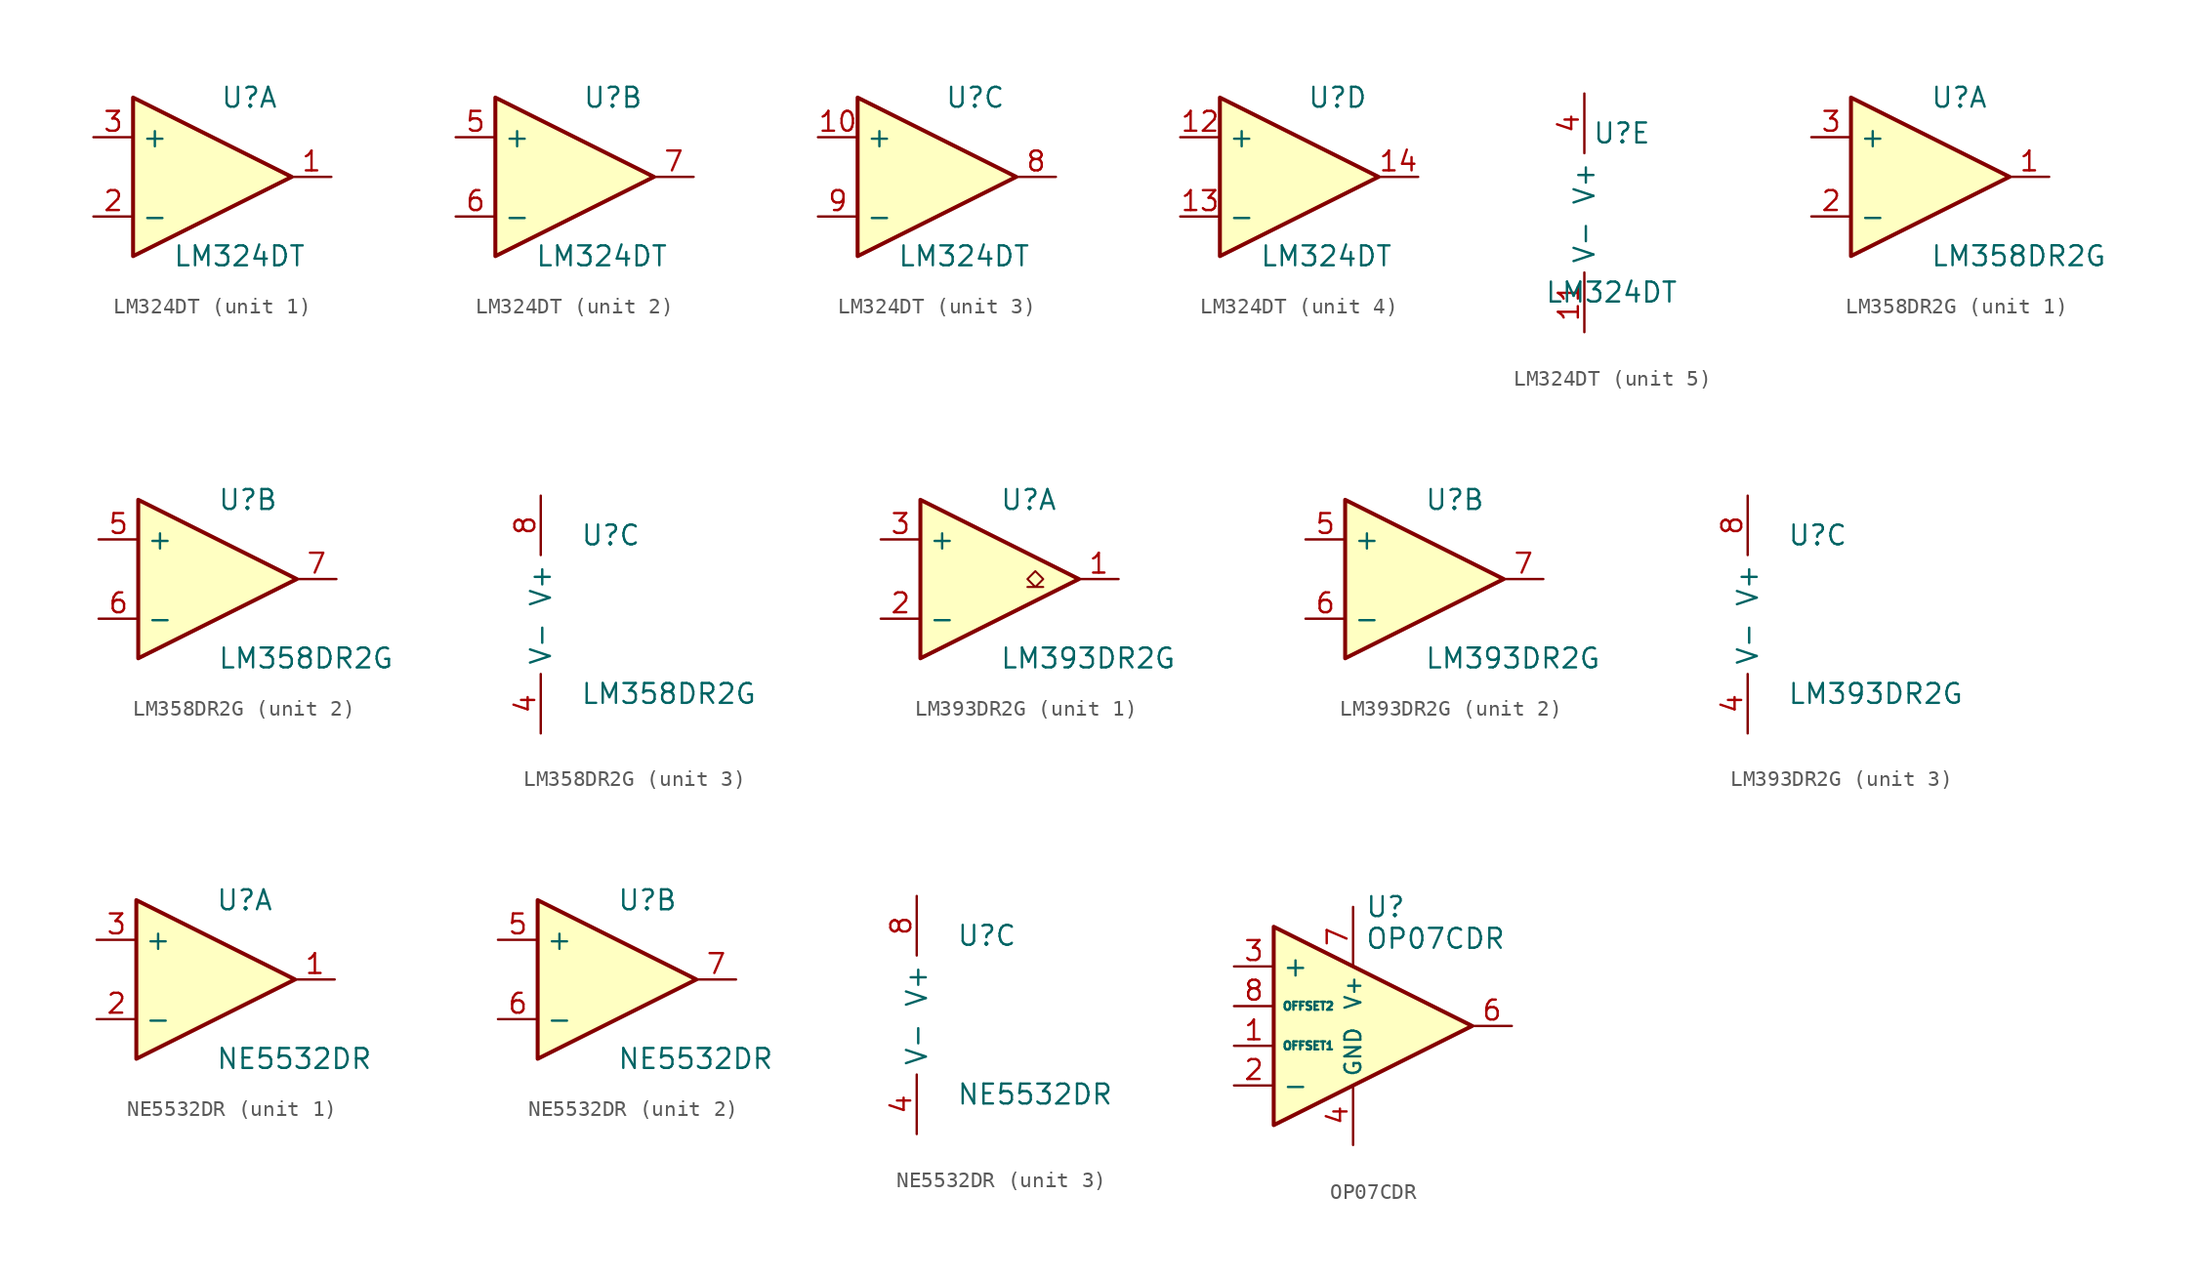
<source format=kicad_sym>
(kicad_symbol_lib
  (version 20231120)
  (generator "kicad_symbol_editor")
  (generator_version "8.0")
  (symbol "LM324DT"
    (property "Reference" "U"
      (at 0.508 5.08 0)
      (effects (font (size 1.27 1.27)) (justify left)))
    (property "Value" "LM324DT"
      (at -2.54 -5.08 0)
      (effects (font (size 1.27 1.27)) (justify left)))
    (property "ki_locked" ""
      (at 0 0 0)
      (effects (font (size 1.27 1.27))))
    (symbol "LM324DT_1_1"
      (polyline (pts (xy -5.08 5.08) (xy 5.08 0) (xy -5.08 -5.08) (xy -5.08 5.08)) (stroke (width 0.254) (type default)) (fill (type background)))
      (pin output line (at 7.62 0 180) (length 2.54) (name "~" (effects (font (size 1.27 1.27)))) (number "1" (effects (font (size 1.27 1.27)))))
      (pin input line (at -7.62 -2.54 0) (length 2.54) (name "-" (effects (font (size 1.27 1.27)))) (number "2" (effects (font (size 1.27 1.27)))))
      (pin input line (at -7.62 2.54 0) (length 2.54) (name "+" (effects (font (size 1.27 1.27)))) (number "3" (effects (font (size 1.27 1.27))))))
    (symbol "LM324DT_2_1"
      (polyline (pts (xy -5.08 5.08) (xy 5.08 0) (xy -5.08 -5.08) (xy -5.08 5.08)) (stroke (width 0.254) (type default)) (fill (type background)))
      (pin input line (at -7.62 2.54 0) (length 2.54) (name "+" (effects (font (size 1.27 1.27)))) (number "5" (effects (font (size 1.27 1.27)))))
      (pin input line (at -7.62 -2.54 0) (length 2.54) (name "-" (effects (font (size 1.27 1.27)))) (number "6" (effects (font (size 1.27 1.27)))))
      (pin output line (at 7.62 0 180) (length 2.54) (name "~" (effects (font (size 1.27 1.27)))) (number "7" (effects (font (size 1.27 1.27))))))
    (symbol "LM324DT_3_1"
      (polyline (pts (xy -5.08 5.08) (xy 5.08 0) (xy -5.08 -5.08) (xy -5.08 5.08)) (stroke (width 0.254) (type default)) (fill (type background)))
      (pin input line (at -7.62 2.54 0) (length 2.54) (name "+" (effects (font (size 1.27 1.27)))) (number "10" (effects (font (size 1.27 1.27)))))
      (pin output line (at 7.62 0 180) (length 2.54) (name "~" (effects (font (size 1.27 1.27)))) (number "8" (effects (font (size 1.27 1.27)))))
      (pin input line (at -7.62 -2.54 0) (length 2.54) (name "-" (effects (font (size 1.27 1.27)))) (number "9" (effects (font (size 1.27 1.27))))))
    (symbol "LM324DT_4_1"
      (polyline (pts (xy -5.08 5.08) (xy 5.08 0) (xy -5.08 -5.08) (xy -5.08 5.08)) (stroke (width 0.254) (type default)) (fill (type background)))
      (pin input line (at -7.62 2.54 0) (length 2.54) (name "+" (effects (font (size 1.27 1.27)))) (number "12" (effects (font (size 1.27 1.27)))))
      (pin input line (at -7.62 -2.54 0) (length 2.54) (name "-" (effects (font (size 1.27 1.27)))) (number "13" (effects (font (size 1.27 1.27)))))
      (pin output line (at 7.62 0 180) (length 2.54) (name "~" (effects (font (size 1.27 1.27)))) (number "14" (effects (font (size 1.27 1.27))))))
    (symbol "LM324DT_5_1"
      (pin power_in line (at 0 -7.62 90) (length 3.81) (name "V-" (effects (font (size 1.27 1.27)))) (number "11" (effects (font (size 1.27 1.27)))))
      (pin power_in line (at 0 7.62 270) (length 3.81) (name "V+" (effects (font (size 1.27 1.27)))) (number "4" (effects (font (size 1.27 1.27)))))))
  (symbol "LM358DR2G"
    (property "Reference" "U"
      (at 0 5.08 0)
      (effects (font (size 1.27 1.27)) (justify left)))
    (property "Value" "LM358DR2G"
      (at 0 -5.08 0)
      (effects (font (size 1.27 1.27)) (justify left)))
    (property "ki_locked" ""
      (at 0 0 0)
      (effects (font (size 1.27 1.27))))
    (symbol "LM358DR2G_1_1"
      (polyline (pts (xy -5.08 5.08) (xy 5.08 0) (xy -5.08 -5.08) (xy -5.08 5.08)) (stroke (width 0.254) (type default)) (fill (type background)))
      (pin output line (at 7.62 0 180) (length 2.54) (name "~" (effects (font (size 1.27 1.27)))) (number "1" (effects (font (size 1.27 1.27)))))
      (pin input line (at -7.62 -2.54 0) (length 2.54) (name "-" (effects (font (size 1.27 1.27)))) (number "2" (effects (font (size 1.27 1.27)))))
      (pin input line (at -7.62 2.54 0) (length 2.54) (name "+" (effects (font (size 1.27 1.27)))) (number "3" (effects (font (size 1.27 1.27))))))
    (symbol "LM358DR2G_2_1"
      (polyline (pts (xy -5.08 5.08) (xy 5.08 0) (xy -5.08 -5.08) (xy -5.08 5.08)) (stroke (width 0.254) (type default)) (fill (type background)))
      (pin input line (at -7.62 2.54 0) (length 2.54) (name "+" (effects (font (size 1.27 1.27)))) (number "5" (effects (font (size 1.27 1.27)))))
      (pin input line (at -7.62 -2.54 0) (length 2.54) (name "-" (effects (font (size 1.27 1.27)))) (number "6" (effects (font (size 1.27 1.27)))))
      (pin output line (at 7.62 0 180) (length 2.54) (name "~" (effects (font (size 1.27 1.27)))) (number "7" (effects (font (size 1.27 1.27))))))
    (symbol "LM358DR2G_3_1"
      (pin power_in line (at -2.54 -7.62 90) (length 3.81) (name "V-" (effects (font (size 1.27 1.27)))) (number "4" (effects (font (size 1.27 1.27)))))
      (pin power_in line (at -2.54 7.62 270) (length 3.81) (name "V+" (effects (font (size 1.27 1.27)))) (number "8" (effects (font (size 1.27 1.27)))))))
  (symbol "LM393DR2G"
    (property "Reference" "U"
      (at 0 5.08 0)
      (effects (font (size 1.27 1.27)) (justify left)))
    (property "Value" "LM393DR2G"
      (at 0 -5.08 0)
      (effects (font (size 1.27 1.27)) (justify left)))
    (property "ki_locked" ""
      (at 0 0 0)
      (effects (font (size 1.27 1.27))))
    (symbol "LM393DR2G_1_1"
      (polyline (pts (xy -5.08 5.08) (xy 5.08 0) (xy -5.08 -5.08) (xy -5.08 5.08)) (stroke (width 0.254) (type default)) (fill (type background)))
      (polyline (pts (xy 2.794 -0.508) (xy 2.286 -0.508) (xy 2.794 0) (xy 2.286 0.508) (xy 1.778 0) (xy 2.286 -0.508) (xy 1.778 -0.508)) (stroke (width 0.127) (type default)) (fill (type none)))
      (pin output line (at 7.62 0 180) (length 2.54) (name "~" (effects (font (size 1.27 1.27)))) (number "1" (effects (font (size 1.27 1.27)))))
      (pin input line (at -7.62 -2.54 0) (length 2.54) (name "-" (effects (font (size 1.27 1.27)))) (number "2" (effects (font (size 1.27 1.27)))))
      (pin input line (at -7.62 2.54 0) (length 2.54) (name "+" (effects (font (size 1.27 1.27)))) (number "3" (effects (font (size 1.27 1.27))))))
    (symbol "LM393DR2G_2_1"
      (polyline (pts (xy -5.08 5.08) (xy 5.08 0) (xy -5.08 -5.08) (xy -5.08 5.08)) (stroke (width 0.254) (type default)) (fill (type background)))
      (pin input line (at -7.62 2.54 0) (length 2.54) (name "+" (effects (font (size 1.27 1.27)))) (number "5" (effects (font (size 1.27 1.27)))))
      (pin input line (at -7.62 -2.54 0) (length 2.54) (name "-" (effects (font (size 1.27 1.27)))) (number "6" (effects (font (size 1.27 1.27)))))
      (pin output line (at 7.62 0 180) (length 2.54) (name "~" (effects (font (size 1.27 1.27)))) (number "7" (effects (font (size 1.27 1.27))))))
    (symbol "LM393DR2G_3_1"
      (pin power_in line (at -2.54 -7.62 90) (length 3.81) (name "V-" (effects (font (size 1.27 1.27)))) (number "4" (effects (font (size 1.27 1.27)))))
      (pin power_in line (at -2.54 7.62 270) (length 3.81) (name "V+" (effects (font (size 1.27 1.27)))) (number "8" (effects (font (size 1.27 1.27)))))))
  (symbol "NE5532DR"
    (property "Reference" "U"
      (at 0 5.08 0)
      (effects (font (size 1.27 1.27)) (justify left)))
    (property "Value" "NE5532DR"
      (at 0 -5.08 0)
      (effects (font (size 1.27 1.27)) (justify left)))
    (property "ki_locked" ""
      (at 0 0 0)
      (effects (font (size 1.27 1.27))))
    (symbol "NE5532DR_1_1"
      (polyline (pts (xy -5.08 5.08) (xy 5.08 0) (xy -5.08 -5.08) (xy -5.08 5.08)) (stroke (width 0.254) (type default)) (fill (type background)))
      (pin output line (at 7.62 0 180) (length 2.54) (name "~" (effects (font (size 1.27 1.27)))) (number "1" (effects (font (size 1.27 1.27)))))
      (pin input line (at -7.62 -2.54 0) (length 2.54) (name "-" (effects (font (size 1.27 1.27)))) (number "2" (effects (font (size 1.27 1.27)))))
      (pin input line (at -7.62 2.54 0) (length 2.54) (name "+" (effects (font (size 1.27 1.27)))) (number "3" (effects (font (size 1.27 1.27))))))
    (symbol "NE5532DR_2_1"
      (polyline (pts (xy -5.08 5.08) (xy 5.08 0) (xy -5.08 -5.08) (xy -5.08 5.08)) (stroke (width 0.254) (type default)) (fill (type background)))
      (pin input line (at -7.62 2.54 0) (length 2.54) (name "+" (effects (font (size 1.27 1.27)))) (number "5" (effects (font (size 1.27 1.27)))))
      (pin input line (at -7.62 -2.54 0) (length 2.54) (name "-" (effects (font (size 1.27 1.27)))) (number "6" (effects (font (size 1.27 1.27)))))
      (pin output line (at 7.62 0 180) (length 2.54) (name "~" (effects (font (size 1.27 1.27)))) (number "7" (effects (font (size 1.27 1.27))))))
    (symbol "NE5532DR_3_1"
      (pin power_in line (at -2.54 -7.62 90) (length 3.81) (name "V-" (effects (font (size 1.27 1.27)))) (number "4" (effects (font (size 1.27 1.27)))))
      (pin power_in line (at -2.54 7.62 270) (length 3.81) (name "V+" (effects (font (size 1.27 1.27)))) (number "8" (effects (font (size 1.27 1.27)))))))
  (symbol "OP07CDR"
    (property "Reference" "U"
      (at 0.762 7.62 0)
      (effects (font (size 1.27 1.27)) (justify left)))
    (property "Value" "OP07CDR"
      (at 0.762 5.588 0)
      (effects (font (size 1.27 1.27)) (justify left)))
    (symbol "OP07CDR_0_1"
      (polyline (pts (xy 7.62 0) (xy -5.08 6.35) (xy -5.08 -6.35) (xy 7.62 0)) (stroke (width 0.254) (type default)) (fill (type background))))
    (symbol "OP07CDR_1_1"
      (pin passive line (at -7.62 -1.27 0) (length 2.54) (name "OFFSET1" (effects (font (size 0.508 0.508)))) (number "1" (effects (font (size 1.27 1.27)))))
      (pin input line (at -7.62 -3.81 0) (length 2.54) (name "-" (effects (font (size 1.27 1.27)))) (number "2" (effects (font (size 1.27 1.27)))))
      (pin input line (at -7.62 3.81 0) (length 2.54) (name "+" (effects (font (size 1.27 1.27)))) (number "3" (effects (font (size 1.27 1.27)))))
      (pin power_in line (at 0 -7.62 90) (length 3.81) (name "GND" (effects (font (size 1.016 1.016)))) (number "4" (effects (font (size 1.27 1.27)))))
      (pin passive line (at -7.62 0 0) (length 2.54) hide (name "NC" (effects (font (size 1.016 1.016)))) (number "5" (effects (font (size 1.27 1.27)))))
      (pin output line (at 10.16 0 180) (length 2.54) (name "~" (effects (font (size 1.27 1.27)))) (number "6" (effects (font (size 1.27 1.27)))))
      (pin power_in line (at 0 7.62 270) (length 3.81) (name "V+" (effects (font (size 1.016 1.016)))) (number "7" (effects (font (size 1.27 1.27)))))
      (pin passive line (at -7.62 1.27 0) (length 2.54) (name "OFFSET2" (effects (font (size 0.508 0.508)))) (number "8" (effects (font (size 1.27 1.27))))))))
</source>
